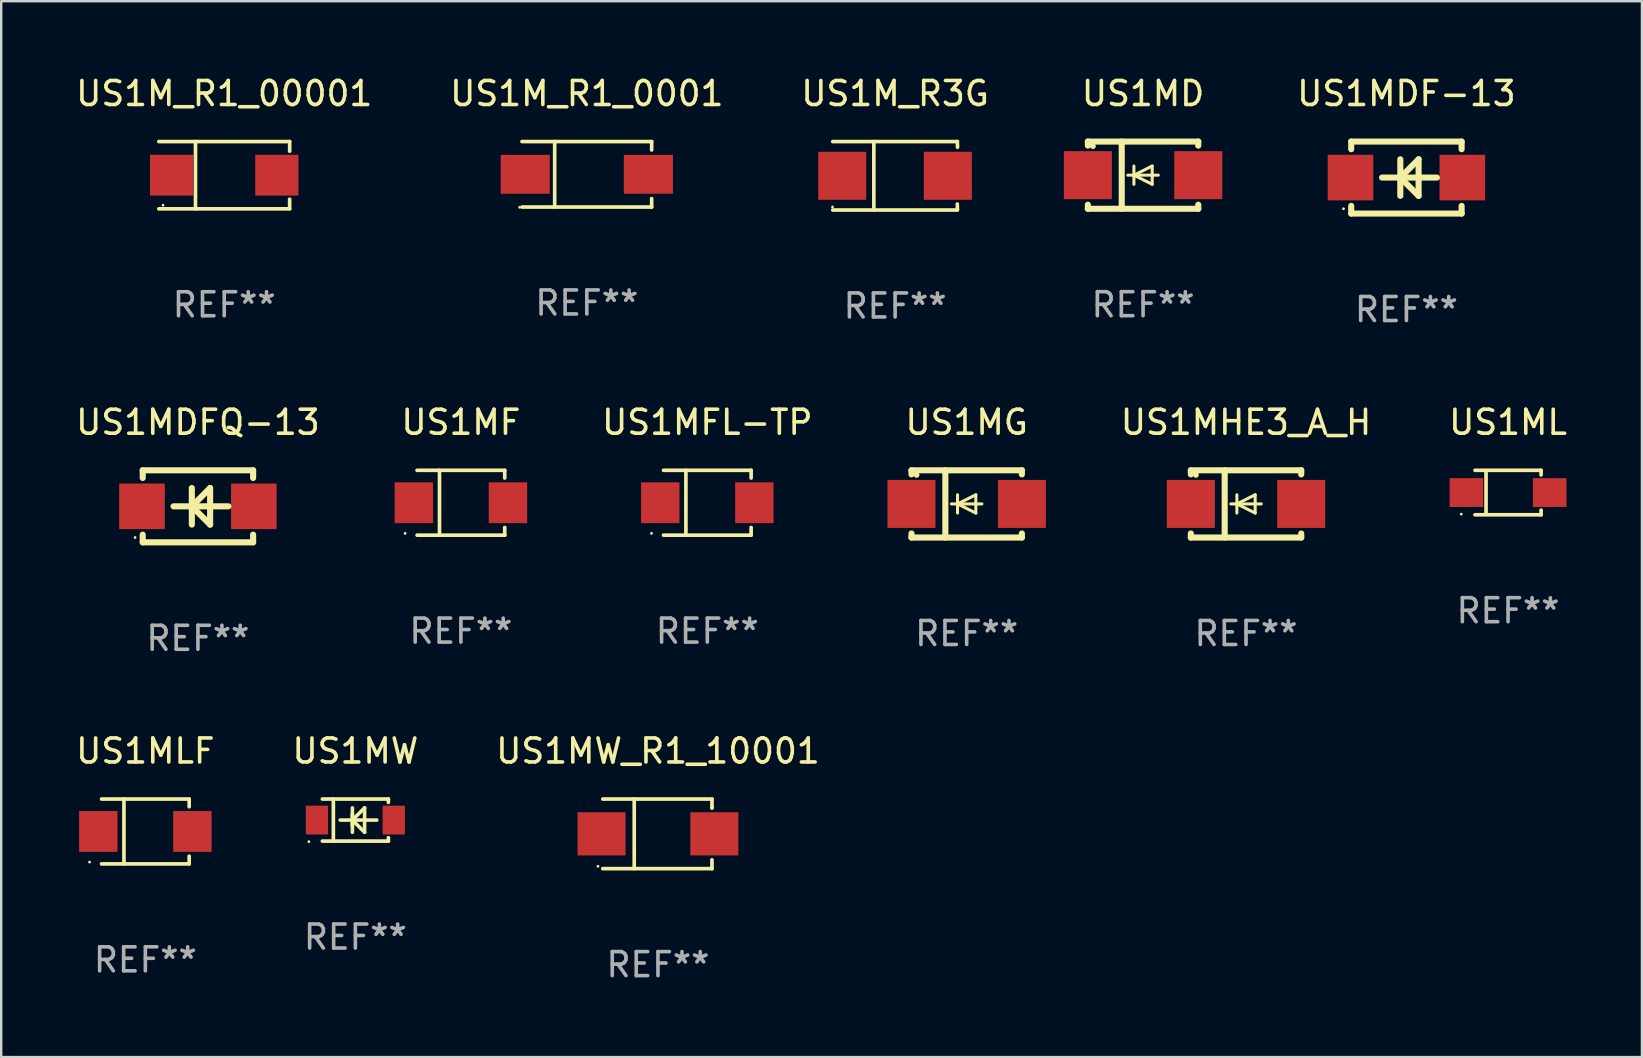
<source format=kicad_pcb>
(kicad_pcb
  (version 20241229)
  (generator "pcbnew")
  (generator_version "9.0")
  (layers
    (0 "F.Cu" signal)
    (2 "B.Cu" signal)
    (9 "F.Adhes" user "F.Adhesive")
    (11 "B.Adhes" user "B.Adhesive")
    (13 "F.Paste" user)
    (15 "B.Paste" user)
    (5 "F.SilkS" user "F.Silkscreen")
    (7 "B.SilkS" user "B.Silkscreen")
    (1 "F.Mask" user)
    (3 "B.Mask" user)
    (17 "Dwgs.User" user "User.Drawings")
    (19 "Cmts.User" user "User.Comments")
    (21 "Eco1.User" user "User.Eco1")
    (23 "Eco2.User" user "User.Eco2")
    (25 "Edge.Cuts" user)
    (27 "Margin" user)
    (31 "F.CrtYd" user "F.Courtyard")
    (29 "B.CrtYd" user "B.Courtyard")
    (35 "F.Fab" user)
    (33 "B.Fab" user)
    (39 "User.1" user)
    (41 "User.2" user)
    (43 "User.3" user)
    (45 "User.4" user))
  (footprint "US1MG"
    (layer "F.Cu")
    (at 37.225 17.945)
    (property "Reference" "US1MG" (at 0 -3.4 0) (layer "F.SilkS") (effects (font (size 1 1) (thickness 0.15))))
    (attr through_hole)
    (fp_line (start -2.3 -1.4) (end -2.3 -1.231) (stroke (width 0.254) (type solid)) (layer "F.SilkS"))
    (fp_line (start -2.3 -1.4) (end 2.3 -1.4) (stroke (width 0.254) (type solid)) (layer "F.SilkS"))
    (fp_line (start -2.3 1.231) (end -2.3 1.4) (stroke (width 0.254) (type solid)) (layer "F.SilkS"))
    (fp_line (start -2.3 1.4) (end 2.3 1.4) (stroke (width 0.254) (type solid)) (layer "F.SilkS"))
    (fp_line (start -0.889 1.4) (end -0.889 -1.4) (stroke (width 0.254) (type solid)) (layer "F.SilkS"))
    (fp_line (start -0.381 0) (end -0.381 -0.381) (stroke (width 0.127) (type solid)) (layer "F.SilkS"))
    (fp_line (start -0.381 0) (end -0.381 0.381) (stroke (width 0.127) (type solid)) (layer "F.SilkS"))
    (fp_line (start 0.381 -0.381) (end -0.381 0) (stroke (width 0.127) (type solid)) (layer "F.SilkS"))
    (fp_line (start 0.381 0) (end 0.381 -0.381) (stroke (width 0.127) (type solid)) (layer "F.SilkS"))
    (fp_line (start 0.381 0) (end 0.381 0.381) (stroke (width 0.127) (type solid)) (layer "F.SilkS"))
    (fp_line (start 0.381 0.381) (end -0.381 0) (stroke (width 0.127) (type solid)) (layer "F.SilkS"))
    (fp_line (start 0.635 0) (end -0.635 0) (stroke (width 0.127) (type solid)) (layer "F.SilkS"))
    (fp_line (start 2.3 -1.4) (end 2.3 -1.231) (stroke (width 0.254) (type solid)) (layer "F.SilkS"))
    (fp_line (start 2.3 1.231) (end 2.3 1.4) (stroke (width 0.254) (type solid)) (layer "F.SilkS"))
    (fp_circle (center -2.088 -1.208) (end -2.028 -1.208) (stroke (width 0.12) (type solid)) (fill no) (layer "F.SilkS"))
    (fp_text user "REF**" (at 0 5.4 0) (layer "F.Fab") (effects (font (size 1 1) (thickness 0.15))))
    (pad "1" smd rect (at -2.3 0 180) (size 2 2) (layers "F.Cu" "F.Mask" "F.Paste"))
    (pad "2" smd rect (at 2.3 0 180) (size 2 2) (layers "F.Cu" "F.Mask" "F.Paste")))
  (footprint "US1MHE3_A_H"
    (layer "F.Cu")
    (at 48.864 17.945)
    (property "Reference" "US1MHE3_A_H" (at 0 -3.4 0) (layer "F.SilkS") (effects (font (size 1 1) (thickness 0.15))))
    (attr through_hole)
    (fp_line (start -2.3 -1.4) (end -2.3 -1.231) (stroke (width 0.254) (type solid)) (layer "F.SilkS"))
    (fp_line (start -2.3 -1.4) (end 2.3 -1.4) (stroke (width 0.254) (type solid)) (layer "F.SilkS"))
    (fp_line (start -2.3 1.231) (end -2.3 1.4) (stroke (width 0.254) (type solid)) (layer "F.SilkS"))
    (fp_line (start -2.3 1.4) (end 2.3 1.4) (stroke (width 0.254) (type solid)) (layer "F.SilkS"))
    (fp_line (start -0.889 1.4) (end -0.889 -1.4) (stroke (width 0.254) (type solid)) (layer "F.SilkS"))
    (fp_line (start -0.381 0) (end -0.381 -0.381) (stroke (width 0.127) (type solid)) (layer "F.SilkS"))
    (fp_line (start -0.381 0) (end -0.381 0.381) (stroke (width 0.127) (type solid)) (layer "F.SilkS"))
    (fp_line (start 0.381 -0.381) (end -0.381 0) (stroke (width 0.127) (type solid)) (layer "F.SilkS"))
    (fp_line (start 0.381 0) (end 0.381 -0.381) (stroke (width 0.127) (type solid)) (layer "F.SilkS"))
    (fp_line (start 0.381 0) (end 0.381 0.381) (stroke (width 0.127) (type solid)) (layer "F.SilkS"))
    (fp_line (start 0.381 0.381) (end -0.381 0) (stroke (width 0.127) (type solid)) (layer "F.SilkS"))
    (fp_line (start 0.635 0) (end -0.635 0) (stroke (width 0.127) (type solid)) (layer "F.SilkS"))
    (fp_line (start 2.3 -1.4) (end 2.3 -1.231) (stroke (width 0.254) (type solid)) (layer "F.SilkS"))
    (fp_line (start 2.3 1.231) (end 2.3 1.4) (stroke (width 0.254) (type solid)) (layer "F.SilkS"))
    (fp_circle (center -2.088 -1.208) (end -2.028 -1.208) (stroke (width 0.12) (type solid)) (fill no) (layer "F.SilkS"))
    (fp_text user "REF**" (at 0 5.4 0) (layer "F.Fab") (effects (font (size 1 1) (thickness 0.15))))
    (pad "1" smd rect (at -2.3 0 180) (size 2 2) (layers "F.Cu" "F.Mask" "F.Paste"))
    (pad "2" smd rect (at 2.3 0 180) (size 2 2) (layers "F.Cu" "F.Mask" "F.Paste")))
  (footprint "US1M_R1_00001"
    (layer "F.Cu")
    (at 6.292 4.249)
    (property "Reference" "US1M_R1_00001" (at 0 -3.401 0) (layer "F.SilkS") (effects (font (size 1 1) (thickness 0.15))))
    (attr through_hole)
    (fp_line (start -2.726 -1.401) (end 2.726 -1.401) (stroke (width 0.152) (type solid)) (layer "F.SilkS"))
    (fp_line (start -2.726 1.401) (end 2.726 1.401) (stroke (width 0.152) (type solid)) (layer "F.SilkS"))
    (fp_line (start -1.197 -1.401) (end -1.197 1.401) (stroke (width 0.152) (type solid)) (layer "F.SilkS"))
    (fp_line (start 2.726 -1.401) (end 2.726 -1) (stroke (width 0.152) (type solid)) (layer "F.SilkS"))
    (fp_line (start 2.726 1.401) (end 2.726 1) (stroke (width 0.152) (type solid)) (layer "F.SilkS"))
    (fp_circle (center -2.55 1.25) (end -2.52 1.25) (stroke (width 0.06) (type solid)) (fill no) (layer "F.SilkS"))
    (fp_text user "REF**" (at 0 5.401 0) (layer "F.Fab") (effects (font (size 1 1) (thickness 0.15))))
    (pad "1" smd rect (at -2.192 0) (size 1.8 1.7) (layers "F.Cu" "F.Mask" "F.Paste"))
    (pad "2" smd rect (at 2.192 0) (size 1.8 1.7) (layers "F.Cu" "F.Mask" "F.Paste")))
  (footprint "US1MDF-13"
    (layer "F.Cu")
    (at 55.546 4.348)
    (property "Reference" "US1MDF-13" (at 0 -3.5 0) (layer "F.SilkS") (effects (font (size 1 1) (thickness 0.15))))
    (attr through_hole)
    (fp_line (start -2.3 -1.5) (end -2.3 -1.181) (stroke (width 0.254) (type solid)) (layer "F.SilkS"))
    (fp_line (start -2.3 -1.5) (end 2.3 -1.5) (stroke (width 0.254) (type solid)) (layer "F.SilkS"))
    (fp_line (start -2.3 1.181) (end -2.3 1.5) (stroke (width 0.254) (type solid)) (layer "F.SilkS"))
    (fp_line (start -0.254 0) (end 0.508 0.762) (stroke (width 0.254) (type solid)) (layer "F.SilkS"))
    (fp_line (start -0.254 0.762) (end -0.254 -0.762) (stroke (width 0.254) (type solid)) (layer "F.SilkS"))
    (fp_line (start 0.508 -0.762) (end -0.254 0) (stroke (width 0.254) (type solid)) (layer "F.SilkS"))
    (fp_line (start 0.508 0.762) (end 0.508 -0.762) (stroke (width 0.254) (type solid)) (layer "F.SilkS"))
    (fp_line (start 1.27 0) (end -1.016 0) (stroke (width 0.254) (type solid)) (layer "F.SilkS"))
    (fp_line (start 2.3 -1.5) (end 2.3 -1.181) (stroke (width 0.254) (type solid)) (layer "F.SilkS"))
    (fp_line (start 2.3 1.181) (end 2.3 1.5) (stroke (width 0.254) (type solid)) (layer "F.SilkS"))
    (fp_line (start 2.3 1.5) (end -2.3 1.5) (stroke (width 0.254) (type solid)) (layer "F.SilkS"))
    (fp_circle (center -2.62 1.3) (end -2.59 1.3) (stroke (width 0.06) (type solid)) (fill no) (layer "F.SilkS"))
    (fp_text user "REF**" (at 0 5.5 0) (layer "F.Fab") (effects (font (size 1 1) (thickness 0.15))))
    (pad "1" smd rect (at -2.33 0 270) (size 1.9 1.9) (layers "F.Cu" "F.Mask" "F.Paste"))
    (pad "2" smd rect (at 2.33 0 270) (size 1.9 1.9) (layers "F.Cu" "F.Mask" "F.Paste")))
  (footprint "US1ML"
    (layer "F.Cu")
    (at 59.781 17.471)
    (property "Reference" "US1ML" (at 0 -2.926 0) (layer "F.SilkS") (effects (font (size 1 1) (thickness 0.15))))
    (attr through_hole)
    (fp_line (start -1.376 -0.926) (end 1.376 -0.926) (stroke (width 0.152) (type solid)) (layer "F.SilkS"))
    (fp_line (start -1.376 0.926) (end 1.376 0.926) (stroke (width 0.152) (type solid)) (layer "F.SilkS"))
    (fp_line (start -0.917 -0.876) (end -0.917 0.876) (stroke (width 0.152) (type solid)) (layer "F.SilkS"))
    (fp_line (start 1.376 -0.926) (end 1.376 -0.733) (stroke (width 0.152) (type solid)) (layer "F.SilkS"))
    (fp_line (start 1.376 0.926) (end 1.376 0.733) (stroke (width 0.152) (type solid)) (layer "F.SilkS"))
    (fp_circle (center -1.95 0.9) (end -1.92 0.9) (stroke (width 0.06) (type solid)) (fill no) (layer "F.SilkS"))
    (fp_text user "REF**" (at 0 4.926 0) (layer "F.Fab") (effects (font (size 1 1) (thickness 0.15))))
    (pad "1" smd rect (at -1.735 0) (size 1.4 1.2) (layers "F.Cu" "F.Mask" "F.Paste"))
    (pad "2" smd rect (at 1.735 0) (size 1.4 1.2) (layers "F.Cu" "F.Mask" "F.Paste")))
  (footprint "US1M_R1_0001"
    (layer "F.Cu")
    (at 21.399 4.212)
    (property "Reference" "US1M_R1_0001" (at 0 -3.364 0) (layer "F.SilkS") (effects (font (size 1 1) (thickness 0.15))))
    (attr through_hole)
    (fp_line (start -2.701 -1.364) (end 2.701 -1.364) (stroke (width 0.152) (type solid)) (layer "F.SilkS"))
    (fp_line (start -2.701 1.364) (end 2.701 1.364) (stroke (width 0.152) (type solid)) (layer "F.SilkS"))
    (fp_line (start -1.339 -1.364) (end -1.339 1.364) (stroke (width 0.152) (type solid)) (layer "F.SilkS"))
    (fp_line (start 2.701 -1.364) (end 2.701 -1.013) (stroke (width 0.152) (type solid)) (layer "F.SilkS"))
    (fp_line (start 2.701 1.364) (end 2.701 1.013) (stroke (width 0.152) (type solid)) (layer "F.SilkS"))
    (fp_circle (center -2.8 1.375) (end -2.77 1.375) (stroke (width 0.06) (type solid)) (fill no) (layer "F.SilkS"))
    (fp_text user "REF**" (at 0 5.364 0) (layer "F.Fab") (effects (font (size 1 1) (thickness 0.15))))
    (pad "1" smd rect (at -2.565 -0.000025) (size 2.046 1.62) (layers "F.Cu" "F.Mask" "F.Paste"))
    (pad "2" smd rect (at 2.565 -0.000025) (size 2.046 1.62) (layers "F.Cu" "F.Mask" "F.Paste")))
  (footprint "US1MW"
    (layer "F.Cu")
    (at 11.756 31.117)
    (property "Reference" "US1MW" (at 0 -2.876 0) (layer "F.SilkS") (effects (font (size 1 1) (thickness 0.15))))
    (attr through_hole)
    (fp_line (start -1.376 -0.876) (end 1.376 -0.876) (stroke (width 0.152) (type solid)) (layer "F.SilkS"))
    (fp_line (start -1.376 0.876) (end 1.376 0.876) (stroke (width 0.152) (type solid)) (layer "F.SilkS"))
    (fp_line (start -0.917 -0.876) (end -0.917 0.876) (stroke (width 0.152) (type solid)) (layer "F.SilkS"))
    (fp_line (start -0.632 0) (end 0.892 0) (stroke (width 0.15) (type solid)) (layer "F.SilkS"))
    (fp_line (start -0.124 -0.508) (end -0.124 0.508) (stroke (width 0.15) (type solid)) (layer "F.SilkS"))
    (fp_line (start -0.124 0) (end 0.384 -0.508) (stroke (width 0.15) (type solid)) (layer "F.SilkS"))
    (fp_line (start -0.124 0) (end 0.384 0.508) (stroke (width 0.15) (type solid)) (layer "F.SilkS"))
    (fp_line (start -0.124 0.254) (end -0.124 -0.254) (stroke (width 0.15) (type solid)) (layer "F.SilkS"))
    (fp_line (start 0.384 0.508) (end 0.384 -0.508) (stroke (width 0.15) (type solid)) (layer "F.SilkS"))
    (fp_line (start 1.376 -0.876) (end 1.375 -0.735) (stroke (width 0.152) (type solid)) (layer "F.SilkS"))
    (fp_line (start 1.376 0.876) (end 1.375 0.735) (stroke (width 0.152) (type solid)) (layer "F.SilkS"))
    (fp_circle (center -1.937 0.9) (end -1.907 0.9) (stroke (width 0.06) (type solid)) (fill no) (layer "F.SilkS"))
    (fp_text user "REF**" (at 0 4.876 0) (layer "F.Fab") (effects (font (size 1 1) (thickness 0.15))))
    (pad "1" smd rect (at -1.6 0 180) (size 0.93 1.2) (layers "F.Cu" "F.Mask" "F.Paste"))
    (pad "2" smd rect (at 1.6 0 180) (size 0.93 1.2) (layers "F.Cu" "F.Mask" "F.Paste")))
  (footprint "US1MLF"
    (layer "F.Cu")
    (at 3.006 31.592)
    (property "Reference" "US1MLF" (at 0 -3.351 0) (layer "F.SilkS") (effects (font (size 1 1) (thickness 0.15))))
    (attr through_hole)
    (fp_line (start -1.826 -1.351) (end 1.826 -1.351) (stroke (width 0.152) (type solid)) (layer "F.SilkS"))
    (fp_line (start -1.826 1.351) (end 1.826 1.351) (stroke (width 0.152) (type solid)) (layer "F.SilkS"))
    (fp_line (start -0.892 -1.351) (end -0.892 1.351) (stroke (width 0.152) (type solid)) (layer "F.SilkS"))
    (fp_line (start 1.826 -1.351) (end 1.826 -1.03) (stroke (width 0.152) (type solid)) (layer "F.SilkS"))
    (fp_line (start 1.826 1.03) (end 1.826 1.351) (stroke (width 0.152) (type solid)) (layer "F.SilkS"))
    (fp_circle (center -2.325 1.275) (end -2.295 1.275) (stroke (width 0.06) (type solid)) (fill no) (layer "F.SilkS"))
    (fp_text user "REF**" (at 0 5.351 0) (layer "F.Fab") (effects (font (size 1 1) (thickness 0.15))))
    (pad "1" smd rect (at -1.96 0 180) (size 1.6 1.7) (layers "F.Cu" "F.Mask" "F.Paste"))
    (pad "2" smd rect (at 1.96 0 180) (size 1.6 1.7) (layers "F.Cu" "F.Mask" "F.Paste")))
  (footprint "US1MF"
    (layer "F.Cu")
    (at 16.153 17.896)
    (property "Reference" "US1MF" (at 0 -3.351 0) (layer "F.SilkS") (effects (font (size 1 1) (thickness 0.15))))
    (attr through_hole)
    (fp_line (start -1.826 -1.351) (end 1.826 -1.351) (stroke (width 0.152) (type solid)) (layer "F.SilkS"))
    (fp_line (start -1.826 1.351) (end 1.826 1.351) (stroke (width 0.152) (type solid)) (layer "F.SilkS"))
    (fp_line (start -0.892 -1.351) (end -0.892 1.351) (stroke (width 0.152) (type solid)) (layer "F.SilkS"))
    (fp_line (start 1.826 -1.351) (end 1.826 -1.03) (stroke (width 0.152) (type solid)) (layer "F.SilkS"))
    (fp_line (start 1.826 1.03) (end 1.826 1.351) (stroke (width 0.152) (type solid)) (layer "F.SilkS"))
    (fp_circle (center -2.325 1.275) (end -2.295 1.275) (stroke (width 0.06) (type solid)) (fill no) (layer "F.SilkS"))
    (fp_text user "REF**" (at 0 5.351 0) (layer "F.Fab") (effects (font (size 1 1) (thickness 0.15))))
    (pad "1" smd rect (at -1.96 0 180) (size 1.6 1.7) (layers "F.Cu" "F.Mask" "F.Paste"))
    (pad "2" smd rect (at 1.96 0 180) (size 1.6 1.7) (layers "F.Cu" "F.Mask" "F.Paste")))
  (footprint "US1MFL-TP"
    (layer "F.Cu")
    (at 26.419 17.896)
    (property "Reference" "US1MFL-TP" (at 0 -3.351 0) (layer "F.SilkS") (effects (font (size 1 1) (thickness 0.15))))
    (attr through_hole)
    (fp_line (start -1.826 -1.351) (end 1.826 -1.351) (stroke (width 0.152) (type solid)) (layer "F.SilkS"))
    (fp_line (start -1.826 1.351) (end 1.826 1.351) (stroke (width 0.152) (type solid)) (layer "F.SilkS"))
    (fp_line (start -0.892 -1.351) (end -0.892 1.351) (stroke (width 0.152) (type solid)) (layer "F.SilkS"))
    (fp_line (start 1.826 -1.351) (end 1.826 -1.03) (stroke (width 0.152) (type solid)) (layer "F.SilkS"))
    (fp_line (start 1.826 1.03) (end 1.826 1.351) (stroke (width 0.152) (type solid)) (layer "F.SilkS"))
    (fp_circle (center -2.325 1.275) (end -2.295 1.275) (stroke (width 0.06) (type solid)) (fill no) (layer "F.SilkS"))
    (fp_text user "REF**" (at 0 5.351 0) (layer "F.Fab") (effects (font (size 1 1) (thickness 0.15))))
    (pad "1" smd rect (at -1.96 0 180) (size 1.6 1.7) (layers "F.Cu" "F.Mask" "F.Paste"))
    (pad "2" smd rect (at 1.96 0 180) (size 1.6 1.7) (layers "F.Cu" "F.Mask" "F.Paste")))
  (footprint "US1MD"
    (layer "F.Cu")
    (at 44.574 4.248)
    (property "Reference" "US1MD" (at 0 -3.4 0) (layer "F.SilkS") (effects (font (size 1 1) (thickness 0.15))))
    (attr through_hole)
    (fp_line (start -2.3 -1.4) (end -2.3 -1.231) (stroke (width 0.254) (type solid)) (layer "F.SilkS"))
    (fp_line (start -2.3 -1.4) (end 2.3 -1.4) (stroke (width 0.254) (type solid)) (layer "F.SilkS"))
    (fp_line (start -2.3 1.231) (end -2.3 1.4) (stroke (width 0.254) (type solid)) (layer "F.SilkS"))
    (fp_line (start -2.3 1.4) (end 2.3 1.4) (stroke (width 0.254) (type solid)) (layer "F.SilkS"))
    (fp_line (start -0.889 1.4) (end -0.889 -1.4) (stroke (width 0.254) (type solid)) (layer "F.SilkS"))
    (fp_line (start -0.381 0) (end -0.381 -0.381) (stroke (width 0.127) (type solid)) (layer "F.SilkS"))
    (fp_line (start -0.381 0) (end -0.381 0.381) (stroke (width 0.127) (type solid)) (layer "F.SilkS"))
    (fp_line (start 0.381 -0.381) (end -0.381 0) (stroke (width 0.127) (type solid)) (layer "F.SilkS"))
    (fp_line (start 0.381 0) (end 0.381 -0.381) (stroke (width 0.127) (type solid)) (layer "F.SilkS"))
    (fp_line (start 0.381 0) (end 0.381 0.381) (stroke (width 0.127) (type solid)) (layer "F.SilkS"))
    (fp_line (start 0.381 0.381) (end -0.381 0) (stroke (width 0.127) (type solid)) (layer "F.SilkS"))
    (fp_line (start 0.635 0) (end -0.635 0) (stroke (width 0.127) (type solid)) (layer "F.SilkS"))
    (fp_line (start 2.3 -1.4) (end 2.3 -1.231) (stroke (width 0.254) (type solid)) (layer "F.SilkS"))
    (fp_line (start 2.3 1.231) (end 2.3 1.4) (stroke (width 0.254) (type solid)) (layer "F.SilkS"))
    (fp_circle (center -2.088 -1.208) (end -2.028 -1.208) (stroke (width 0.12) (type solid)) (fill no) (layer "F.SilkS"))
    (fp_text user "REF**" (at 0 5.4 0) (layer "F.Fab") (effects (font (size 1 1) (thickness 0.15))))
    (pad "1" smd rect (at -2.3 0 180) (size 2 2) (layers "F.Cu" "F.Mask" "F.Paste"))
    (pad "2" smd rect (at 2.3 0 180) (size 2 2) (layers "F.Cu" "F.Mask" "F.Paste")))
  (footprint "US1MW_R1_10001"
    (layer "F.Cu")
    (at 24.363 31.691)
    (property "Reference" "US1MW_R1_10001" (at 0 -3.45 0) (layer "F.SilkS") (effects (font (size 1 1) (thickness 0.15))))
    (attr through_hole)
    (fp_line (start -2.3 -1.45) (end 2.25 -1.45) (stroke (width 0.152) (type solid)) (layer "F.SilkS"))
    (fp_line (start -0.989 -1.45) (end -0.989 1.45) (stroke (width 0.152) (type solid)) (layer "F.SilkS"))
    (fp_line (start 2.25 -1.45) (end 2.25 -1.08) (stroke (width 0.152) (type solid)) (layer "F.SilkS"))
    (fp_line (start 2.25 -1.08) (end 2.25 -1.142) (stroke (width 0.152) (type solid)) (layer "F.SilkS"))
    (fp_line (start 2.25 1.45) (end -2.3 1.45) (stroke (width 0.152) (type solid)) (layer "F.SilkS"))
    (fp_line (start 2.25 1.45) (end 2.25 1.08) (stroke (width 0.152) (type solid)) (layer "F.SilkS"))
    (fp_circle (center -2.5 1.35) (end -2.47 1.35) (stroke (width 0.06) (type solid)) (fill no) (layer "F.SilkS"))
    (fp_text user "REF**" (at 0 5.45 0) (layer "F.Fab") (effects (font (size 1 1) (thickness 0.15))))
    (pad "1" smd rect (at -2.35 0.000025) (size 2 1.8) (layers "F.Cu" "F.Mask" "F.Paste"))
    (pad "2" smd rect (at 2.35 0.000025) (size 2 1.8) (layers "F.Cu" "F.Mask" "F.Paste")))
  (footprint "US1MDFQ-13"
    (layer "F.Cu")
    (at 5.196 18.045)
    (property "Reference" "US1MDFQ-13" (at 0 -3.5 0) (layer "F.SilkS") (effects (font (size 1 1) (thickness 0.15))))
    (attr through_hole)
    (fp_line (start -2.3 -1.5) (end -2.3 -1.181) (stroke (width 0.254) (type solid)) (layer "F.SilkS"))
    (fp_line (start -2.3 -1.5) (end 2.3 -1.5) (stroke (width 0.254) (type solid)) (layer "F.SilkS"))
    (fp_line (start -2.3 1.181) (end -2.3 1.5) (stroke (width 0.254) (type solid)) (layer "F.SilkS"))
    (fp_line (start -0.254 0) (end 0.508 0.762) (stroke (width 0.254) (type solid)) (layer "F.SilkS"))
    (fp_line (start -0.254 0.762) (end -0.254 -0.762) (stroke (width 0.254) (type solid)) (layer "F.SilkS"))
    (fp_line (start 0.508 -0.762) (end -0.254 0) (stroke (width 0.254) (type solid)) (layer "F.SilkS"))
    (fp_line (start 0.508 0.762) (end 0.508 -0.762) (stroke (width 0.254) (type solid)) (layer "F.SilkS"))
    (fp_line (start 1.27 0) (end -1.016 0) (stroke (width 0.254) (type solid)) (layer "F.SilkS"))
    (fp_line (start 2.3 -1.5) (end 2.3 -1.181) (stroke (width 0.254) (type solid)) (layer "F.SilkS"))
    (fp_line (start 2.3 1.181) (end 2.3 1.5) (stroke (width 0.254) (type solid)) (layer "F.SilkS"))
    (fp_line (start 2.3 1.5) (end -2.3 1.5) (stroke (width 0.254) (type solid)) (layer "F.SilkS"))
    (fp_circle (center -2.62 1.3) (end -2.59 1.3) (stroke (width 0.06) (type solid)) (fill no) (layer "F.SilkS"))
    (fp_text user "REF**" (at 0 5.5 0) (layer "F.Fab") (effects (font (size 1 1) (thickness 0.15))))
    (pad "1" smd rect (at -2.33 0 270) (size 1.9 1.9) (layers "F.Cu" "F.Mask" "F.Paste"))
    (pad "2" smd rect (at 2.33 0 270) (size 1.9 1.9) (layers "F.Cu" "F.Mask" "F.Paste")))
  (footprint "US1M_R3G"
    (layer "F.Cu")
    (at 34.244 4.274)
    (property "Reference" "US1M_R3G" (at 0 -3.426 0) (layer "F.SilkS") (effects (font (size 1 1) (thickness 0.15))))
    (attr through_hole)
    (fp_line (start -2.6 -1.426) (end 2.593 -1.426) (stroke (width 0.152) (type solid)) (layer "F.SilkS"))
    (fp_line (start -2.6 1.426) (end 2.593 1.426) (stroke (width 0.152) (type solid)) (layer "F.SilkS"))
    (fp_line (start -0.887 -1.426) (end -0.887 1.426) (stroke (width 0.152) (type solid)) (layer "F.SilkS"))
    (fp_line (start 2.59 1.176) (end 2.597 1.415) (stroke (width 0.152) (type solid)) (layer "F.SilkS"))
    (fp_line (start 2.593 -1.426) (end 2.6 -1.187) (stroke (width 0.152) (type solid)) (layer "F.SilkS"))
    (fp_circle (center -2.608 1.3) (end -2.578 1.3) (stroke (width 0.06) (type solid)) (fill no) (layer "F.SilkS"))
    (fp_text user "REF**" (at 0 5.426 0) (layer "F.Fab") (effects (font (size 1 1) (thickness 0.15))))
    (pad "1" smd rect (at -2.203 0 180) (size 2 2) (layers "F.Cu" "F.Mask" "F.Paste"))
    (pad "2" smd rect (at 2.197 0 180) (size 2 2) (layers "F.Cu" "F.Mask" "F.Paste")))
  (gr_rect
    (start -3 -3)
    (end 65.358 40.99)
    (stroke (width 0.1) (type default))
    (fill no)
    (layer "Edge.Cuts")))
</source>
